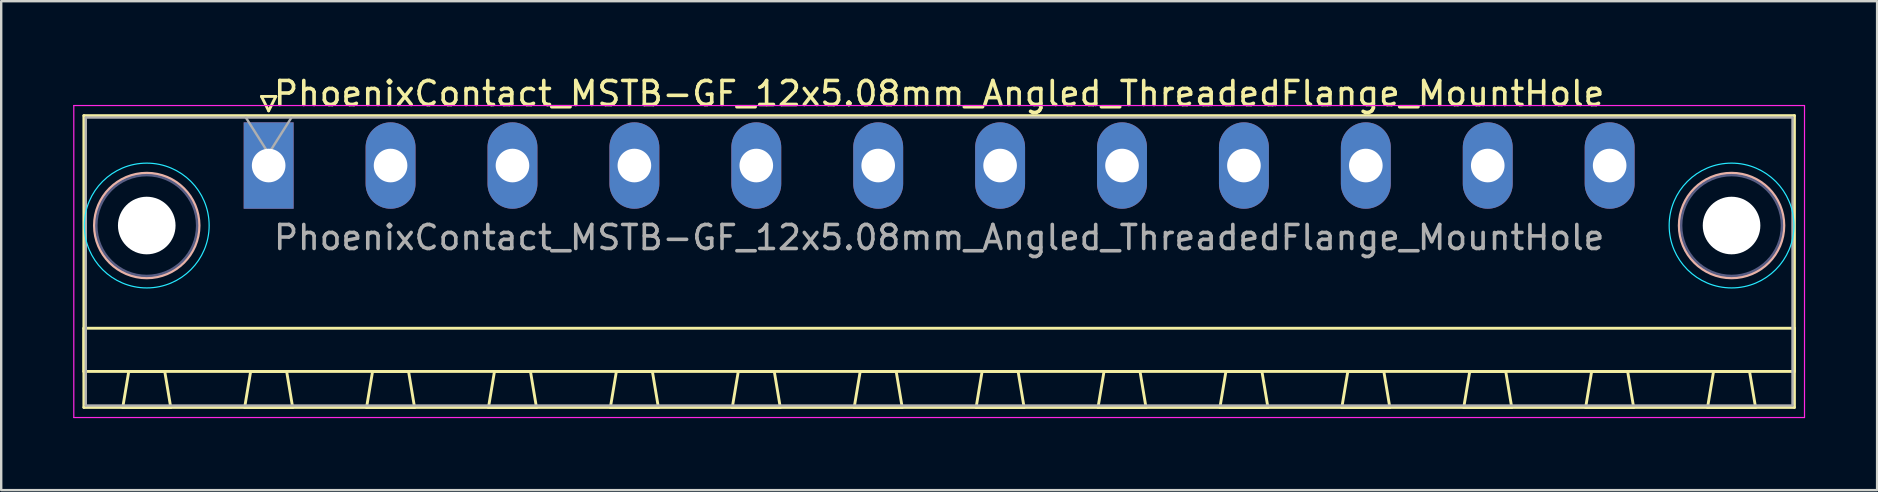
<source format=kicad_pcb>
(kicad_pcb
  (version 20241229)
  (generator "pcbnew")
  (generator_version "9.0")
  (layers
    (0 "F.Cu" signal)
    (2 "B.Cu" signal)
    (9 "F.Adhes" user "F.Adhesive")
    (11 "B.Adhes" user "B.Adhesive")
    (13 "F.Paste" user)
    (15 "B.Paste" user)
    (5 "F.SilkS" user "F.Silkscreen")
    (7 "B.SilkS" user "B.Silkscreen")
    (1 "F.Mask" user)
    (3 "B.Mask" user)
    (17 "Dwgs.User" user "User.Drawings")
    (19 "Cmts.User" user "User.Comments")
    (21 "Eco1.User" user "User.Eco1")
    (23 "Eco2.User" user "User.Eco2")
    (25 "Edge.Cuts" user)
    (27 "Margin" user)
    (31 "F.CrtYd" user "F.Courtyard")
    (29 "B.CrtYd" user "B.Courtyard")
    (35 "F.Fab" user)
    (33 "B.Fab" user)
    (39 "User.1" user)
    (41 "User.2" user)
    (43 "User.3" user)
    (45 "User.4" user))
  (footprint "PhoenixContact_MSTB-GF_12x5.08mm_Angled_ThreadedFlange_MountHole"
    (layer "F.Cu")
    (at 8.145 3.848)
    (property "Reference" "PhoenixContact_MSTB-GF_12x5.08mm_Angled_ThreadedFlange_MountHole" (at 27.94 -3 0) (layer "F.SilkS") (effects (font (size 1 1) (thickness 0.15))))
    (attr through_hole)
    (fp_line (start -7.7 -2.08) (end -7.7 10.08) (stroke (width 0.12) (type solid)) (layer "F.SilkS"))
    (fp_line (start -7.7 6.78) (end 63.58 6.78) (stroke (width 0.12) (type solid)) (layer "F.SilkS"))
    (fp_line (start -7.7 8.58) (end -7.7 6.78) (stroke (width 0.12) (type solid)) (layer "F.SilkS"))
    (fp_line (start -7.7 10.08) (end 63.58 10.08) (stroke (width 0.12) (type solid)) (layer "F.SilkS"))
    (fp_line (start -6.08 10.08) (end -4.08 10.08) (stroke (width 0.12) (type solid)) (layer "F.SilkS"))
    (fp_line (start -5.83 8.58) (end -6.08 10.08) (stroke (width 0.12) (type solid)) (layer "F.SilkS"))
    (fp_line (start -4.33 8.58) (end -5.83 8.58) (stroke (width 0.12) (type solid)) (layer "F.SilkS"))
    (fp_line (start -4.08 10.08) (end -4.33 8.58) (stroke (width 0.12) (type solid)) (layer "F.SilkS"))
    (fp_line (start -1 10.08) (end 1 10.08) (stroke (width 0.12) (type solid)) (layer "F.SilkS"))
    (fp_line (start -0.75 8.58) (end -1 10.08) (stroke (width 0.12) (type solid)) (layer "F.SilkS"))
    (fp_line (start -0.3 -2.88) (end 0.3 -2.88) (stroke (width 0.12) (type solid)) (layer "F.SilkS"))
    (fp_line (start 0 -2.28) (end -0.3 -2.88) (stroke (width 0.12) (type solid)) (layer "F.SilkS"))
    (fp_line (start 0.3 -2.88) (end 0 -2.28) (stroke (width 0.12) (type solid)) (layer "F.SilkS"))
    (fp_line (start 0.75 8.58) (end -0.75 8.58) (stroke (width 0.12) (type solid)) (layer "F.SilkS"))
    (fp_line (start 1 10.08) (end 0.75 8.58) (stroke (width 0.12) (type solid)) (layer "F.SilkS"))
    (fp_line (start 4.08 10.08) (end 6.08 10.08) (stroke (width 0.12) (type solid)) (layer "F.SilkS"))
    (fp_line (start 4.33 8.58) (end 4.08 10.08) (stroke (width 0.12) (type solid)) (layer "F.SilkS"))
    (fp_line (start 5.83 8.58) (end 4.33 8.58) (stroke (width 0.12) (type solid)) (layer "F.SilkS"))
    (fp_line (start 6.08 10.08) (end 5.83 8.58) (stroke (width 0.12) (type solid)) (layer "F.SilkS"))
    (fp_line (start 9.16 10.08) (end 11.16 10.08) (stroke (width 0.12) (type solid)) (layer "F.SilkS"))
    (fp_line (start 9.41 8.58) (end 9.16 10.08) (stroke (width 0.12) (type solid)) (layer "F.SilkS"))
    (fp_line (start 10.91 8.58) (end 9.41 8.58) (stroke (width 0.12) (type solid)) (layer "F.SilkS"))
    (fp_line (start 11.16 10.08) (end 10.91 8.58) (stroke (width 0.12) (type solid)) (layer "F.SilkS"))
    (fp_line (start 14.24 10.08) (end 16.24 10.08) (stroke (width 0.12) (type solid)) (layer "F.SilkS"))
    (fp_line (start 14.49 8.58) (end 14.24 10.08) (stroke (width 0.12) (type solid)) (layer "F.SilkS"))
    (fp_line (start 15.99 8.58) (end 14.49 8.58) (stroke (width 0.12) (type solid)) (layer "F.SilkS"))
    (fp_line (start 16.24 10.08) (end 15.99 8.58) (stroke (width 0.12) (type solid)) (layer "F.SilkS"))
    (fp_line (start 19.32 10.08) (end 21.32 10.08) (stroke (width 0.12) (type solid)) (layer "F.SilkS"))
    (fp_line (start 19.57 8.58) (end 19.32 10.08) (stroke (width 0.12) (type solid)) (layer "F.SilkS"))
    (fp_line (start 21.07 8.58) (end 19.57 8.58) (stroke (width 0.12) (type solid)) (layer "F.SilkS"))
    (fp_line (start 21.32 10.08) (end 21.07 8.58) (stroke (width 0.12) (type solid)) (layer "F.SilkS"))
    (fp_line (start 24.4 10.08) (end 26.4 10.08) (stroke (width 0.12) (type solid)) (layer "F.SilkS"))
    (fp_line (start 24.65 8.58) (end 24.4 10.08) (stroke (width 0.12) (type solid)) (layer "F.SilkS"))
    (fp_line (start 26.15 8.58) (end 24.65 8.58) (stroke (width 0.12) (type solid)) (layer "F.SilkS"))
    (fp_line (start 26.4 10.08) (end 26.15 8.58) (stroke (width 0.12) (type solid)) (layer "F.SilkS"))
    (fp_line (start 29.48 10.08) (end 31.48 10.08) (stroke (width 0.12) (type solid)) (layer "F.SilkS"))
    (fp_line (start 29.73 8.58) (end 29.48 10.08) (stroke (width 0.12) (type solid)) (layer "F.SilkS"))
    (fp_line (start 31.23 8.58) (end 29.73 8.58) (stroke (width 0.12) (type solid)) (layer "F.SilkS"))
    (fp_line (start 31.48 10.08) (end 31.23 8.58) (stroke (width 0.12) (type solid)) (layer "F.SilkS"))
    (fp_line (start 34.56 10.08) (end 36.56 10.08) (stroke (width 0.12) (type solid)) (layer "F.SilkS"))
    (fp_line (start 34.81 8.58) (end 34.56 10.08) (stroke (width 0.12) (type solid)) (layer "F.SilkS"))
    (fp_line (start 36.31 8.58) (end 34.81 8.58) (stroke (width 0.12) (type solid)) (layer "F.SilkS"))
    (fp_line (start 36.56 10.08) (end 36.31 8.58) (stroke (width 0.12) (type solid)) (layer "F.SilkS"))
    (fp_line (start 39.64 10.08) (end 41.64 10.08) (stroke (width 0.12) (type solid)) (layer "F.SilkS"))
    (fp_line (start 39.89 8.58) (end 39.64 10.08) (stroke (width 0.12) (type solid)) (layer "F.SilkS"))
    (fp_line (start 41.39 8.58) (end 39.89 8.58) (stroke (width 0.12) (type solid)) (layer "F.SilkS"))
    (fp_line (start 41.64 10.08) (end 41.39 8.58) (stroke (width 0.12) (type solid)) (layer "F.SilkS"))
    (fp_line (start 44.72 10.08) (end 46.72 10.08) (stroke (width 0.12) (type solid)) (layer "F.SilkS"))
    (fp_line (start 44.97 8.58) (end 44.72 10.08) (stroke (width 0.12) (type solid)) (layer "F.SilkS"))
    (fp_line (start 46.47 8.58) (end 44.97 8.58) (stroke (width 0.12) (type solid)) (layer "F.SilkS"))
    (fp_line (start 46.72 10.08) (end 46.47 8.58) (stroke (width 0.12) (type solid)) (layer "F.SilkS"))
    (fp_line (start 49.8 10.08) (end 51.8 10.08) (stroke (width 0.12) (type solid)) (layer "F.SilkS"))
    (fp_line (start 50.05 8.58) (end 49.8 10.08) (stroke (width 0.12) (type solid)) (layer "F.SilkS"))
    (fp_line (start 51.55 8.58) (end 50.05 8.58) (stroke (width 0.12) (type solid)) (layer "F.SilkS"))
    (fp_line (start 51.8 10.08) (end 51.55 8.58) (stroke (width 0.12) (type solid)) (layer "F.SilkS"))
    (fp_line (start 54.88 10.08) (end 56.88 10.08) (stroke (width 0.12) (type solid)) (layer "F.SilkS"))
    (fp_line (start 55.13 8.58) (end 54.88 10.08) (stroke (width 0.12) (type solid)) (layer "F.SilkS"))
    (fp_line (start 56.63 8.58) (end 55.13 8.58) (stroke (width 0.12) (type solid)) (layer "F.SilkS"))
    (fp_line (start 56.88 10.08) (end 56.63 8.58) (stroke (width 0.12) (type solid)) (layer "F.SilkS"))
    (fp_line (start 59.96 10.08) (end 61.96 10.08) (stroke (width 0.12) (type solid)) (layer "F.SilkS"))
    (fp_line (start 60.21 8.58) (end 59.96 10.08) (stroke (width 0.12) (type solid)) (layer "F.SilkS"))
    (fp_line (start 61.71 8.58) (end 60.21 8.58) (stroke (width 0.12) (type solid)) (layer "F.SilkS"))
    (fp_line (start 61.96 10.08) (end 61.71 8.58) (stroke (width 0.12) (type solid)) (layer "F.SilkS"))
    (fp_line (start 63.58 -2.08) (end -7.7 -2.08) (stroke (width 0.12) (type solid)) (layer "F.SilkS"))
    (fp_line (start 63.58 6.78) (end 63.58 8.58) (stroke (width 0.12) (type solid)) (layer "F.SilkS"))
    (fp_line (start 63.58 8.58) (end -7.7 8.58) (stroke (width 0.12) (type solid)) (layer "F.SilkS"))
    (fp_line (start 63.58 10.08) (end 63.58 -2.08) (stroke (width 0.12) (type solid)) (layer "F.SilkS"))
    (fp_circle (center -5.08 2.5) (end -2.9 2.5) (stroke (width 0.12) (type solid)) (fill no) (layer "B.SilkS"))
    (fp_circle (center 60.96 2.5) (end 63.14 2.5) (stroke (width 0.12) (type solid)) (fill no) (layer "B.SilkS"))
    (fp_circle (center -5.08 2.5) (end -2.48 2.5) (stroke (width 0.05) (type solid)) (fill no) (layer "B.CrtYd"))
    (fp_circle (center 60.96 2.5) (end 63.56 2.5) (stroke (width 0.05) (type solid)) (fill no) (layer "B.CrtYd"))
    (fp_line (start -8.12 -2.5) (end -8.12 10.5) (stroke (width 0.05) (type solid)) (layer "F.CrtYd"))
    (fp_line (start -8.12 10.5) (end 64 10.5) (stroke (width 0.05) (type solid)) (layer "F.CrtYd"))
    (fp_line (start 64 -2.5) (end -8.12 -2.5) (stroke (width 0.05) (type solid)) (layer "F.CrtYd"))
    (fp_line (start 64 10.5) (end 64 -2.5) (stroke (width 0.05) (type solid)) (layer "F.CrtYd"))
    (fp_circle (center -5.08 2.5) (end -2.98 2.5) (stroke (width 0.1) (type solid)) (fill no) (layer "B.Fab"))
    (fp_circle (center 60.96 2.5) (end 63.06 2.5) (stroke (width 0.1) (type solid)) (fill no) (layer "B.Fab"))
    (fp_line (start -7.62 -2) (end -7.62 10) (stroke (width 0.1) (type solid)) (layer "F.Fab"))
    (fp_line (start -7.62 10) (end 63.5 10) (stroke (width 0.1) (type solid)) (layer "F.Fab"))
    (fp_line (start 0 -0.5) (end -0.95 -2) (stroke (width 0.1) (type solid)) (layer "F.Fab"))
    (fp_line (start 0.95 -2) (end 0 -0.5) (stroke (width 0.1) (type solid)) (layer "F.Fab"))
    (fp_line (start 63.5 -2) (end -7.62 -2) (stroke (width 0.1) (type solid)) (layer "F.Fab"))
    (fp_line (start 63.5 10) (end 63.5 -2) (stroke (width 0.1) (type solid)) (layer "F.Fab"))
    (fp_text user "${REFERENCE}" (at 27.94 3 0) (layer "F.Fab") (effects (font (size 1 1) (thickness 0.15))))
    (pad "" np_thru_hole circle (at -5.08 2.5) (size 2.4 2.4) (drill 2.4) (layers "*.Cu" "*.Mask"))
    (pad "" np_thru_hole circle (at 60.96 2.5) (size 2.4 2.4) (drill 2.4) (layers "*.Cu" "*.Mask"))
    (pad "1" thru_hole rect (at 0 0) (size 2.08 3.6) (drill 1.4) (layers "*.Cu" "*.Mask"))
    (pad "2" thru_hole oval (at 5.08 0) (size 2.08 3.6) (drill 1.4) (layers "*.Cu" "*.Mask"))
    (pad "3" thru_hole oval (at 10.16 0) (size 2.08 3.6) (drill 1.4) (layers "*.Cu" "*.Mask"))
    (pad "4" thru_hole oval (at 15.24 0) (size 2.08 3.6) (drill 1.4) (layers "*.Cu" "*.Mask"))
    (pad "5" thru_hole oval (at 20.32 0) (size 2.08 3.6) (drill 1.4) (layers "*.Cu" "*.Mask"))
    (pad "6" thru_hole oval (at 25.4 0) (size 2.08 3.6) (drill 1.4) (layers "*.Cu" "*.Mask"))
    (pad "7" thru_hole oval (at 30.48 0) (size 2.08 3.6) (drill 1.4) (layers "*.Cu" "*.Mask"))
    (pad "8" thru_hole oval (at 35.56 0) (size 2.08 3.6) (drill 1.4) (layers "*.Cu" "*.Mask"))
    (pad "9" thru_hole oval (at 40.64 0) (size 2.08 3.6) (drill 1.4) (layers "*.Cu" "*.Mask"))
    (pad "10" thru_hole oval (at 45.72 0) (size 2.08 3.6) (drill 1.4) (layers "*.Cu" "*.Mask"))
    (pad "11" thru_hole oval (at 50.8 0) (size 2.08 3.6) (drill 1.4) (layers "*.Cu" "*.Mask"))
    (pad "12" thru_hole oval (at 55.88 0) (size 2.08 3.6) (drill 1.4) (layers "*.Cu" "*.Mask")))
  (gr_rect
    (start -3 -3)
    (end 75.17 17.373)
    (stroke (width 0.1) (type default))
    (fill no)
    (layer "Edge.Cuts")))
</source>
